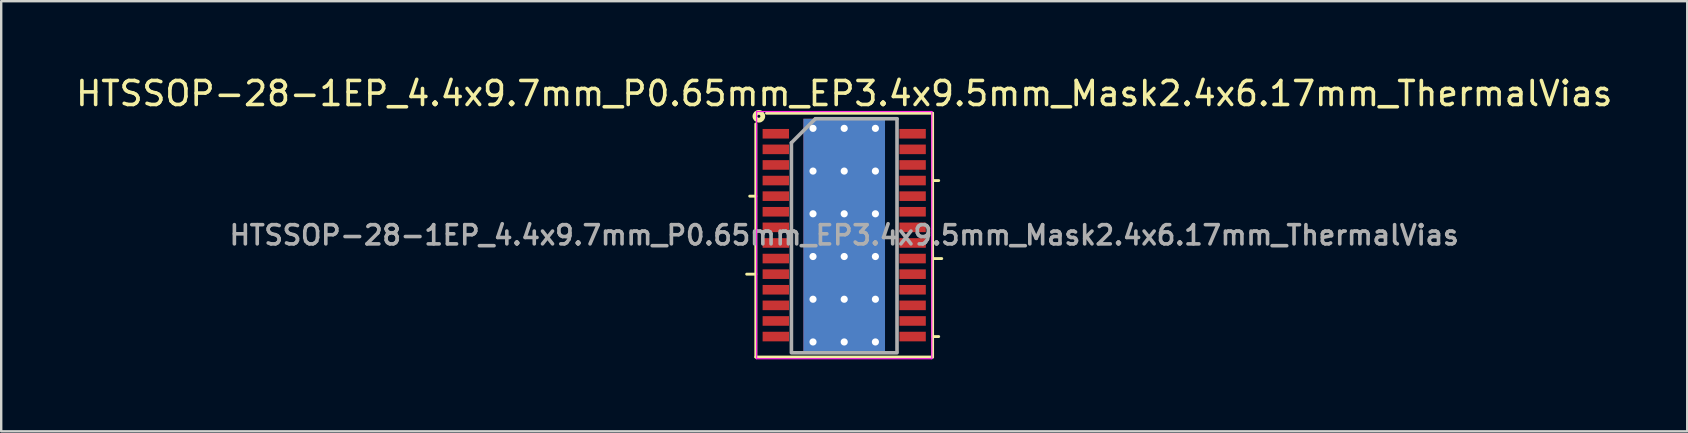
<source format=kicad_pcb>
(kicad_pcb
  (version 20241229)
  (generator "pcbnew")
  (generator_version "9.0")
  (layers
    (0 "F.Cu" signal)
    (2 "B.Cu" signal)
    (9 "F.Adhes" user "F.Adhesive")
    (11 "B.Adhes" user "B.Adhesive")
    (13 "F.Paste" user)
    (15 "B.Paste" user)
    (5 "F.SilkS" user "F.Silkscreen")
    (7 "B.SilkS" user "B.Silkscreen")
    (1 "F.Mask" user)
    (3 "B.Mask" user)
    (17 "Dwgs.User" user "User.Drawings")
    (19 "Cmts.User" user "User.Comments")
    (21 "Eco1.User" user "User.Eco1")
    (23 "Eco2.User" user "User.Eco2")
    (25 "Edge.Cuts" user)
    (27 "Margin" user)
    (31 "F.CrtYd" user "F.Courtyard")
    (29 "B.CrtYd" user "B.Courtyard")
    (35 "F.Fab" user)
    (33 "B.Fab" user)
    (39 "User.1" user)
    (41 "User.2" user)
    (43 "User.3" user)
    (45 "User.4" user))
  (footprint "HTSSOP-28-1EP_4.4x9.7mm_P0.65mm_EP3.4x9.5mm_Mask2.4x6.17mm_ThermalVias"
    (layer "F.Cu")
    (at 32.125 6.748)
    (property "Reference" "HTSSOP-28-1EP_4.4x9.7mm_P0.65mm_EP3.4x9.5mm_Mask2.4x6.17mm_ThermalVias" (at 0 -5.9 0) (layer "F.SilkS") (effects (font (size 1 1) (thickness 0.15))))
    (attr smd)
    (fp_line (start -3.683 -1.625) (end -3.937 -1.625) (stroke (width 0.12) (type solid)) (layer "F.SilkS"))
    (fp_line (start -3.683 1.625) (end -4.064 1.625) (stroke (width 0.12) (type solid)) (layer "F.SilkS"))
    (fp_line (start -3.683 5.08) (end -3.683 -4.636) (stroke (width 0.12) (type solid)) (layer "F.SilkS"))
    (fp_line (start -3.239 -5.08) (end 3.683 -5.08) (stroke (width 0.12) (type solid)) (layer "F.SilkS"))
    (fp_line (start 3.683 -5.08) (end 3.683 5.08) (stroke (width 0.12) (type solid)) (layer "F.SilkS"))
    (fp_line (start 3.683 -2.275) (end 3.937 -2.275) (stroke (width 0.12) (type solid)) (layer "F.SilkS"))
    (fp_line (start 3.683 0.975) (end 4.064 0.975) (stroke (width 0.12) (type solid)) (layer "F.SilkS"))
    (fp_line (start 3.683 4.225) (end 3.937 4.225) (stroke (width 0.12) (type solid)) (layer "F.SilkS"))
    (fp_line (start 3.683 5.08) (end -3.683 5.08) (stroke (width 0.12) (type solid)) (layer "F.SilkS"))
    (fp_circle (center -3.556 -4.953) (end -3.493 -4.953) (stroke (width 0.2) (type solid)) (fill no) (layer "F.SilkS"))
    (fp_line (start -3.65 -5.15) (end -3.65 5.15) (stroke (width 0.05) (type solid)) (layer "F.CrtYd"))
    (fp_line (start -3.65 -5.15) (end 3.65 -5.15) (stroke (width 0.05) (type solid)) (layer "F.CrtYd"))
    (fp_line (start -3.65 5.15) (end 3.65 5.15) (stroke (width 0.05) (type solid)) (layer "F.CrtYd"))
    (fp_line (start 3.65 -5.15) (end 3.65 5.15) (stroke (width 0.05) (type solid)) (layer "F.CrtYd"))
    (fp_line (start -2.2 -3.85) (end -1.2 -4.85) (stroke (width 0.15) (type solid)) (layer "F.Fab"))
    (fp_line (start -2.2 4.85) (end -2.2 -3.85) (stroke (width 0.15) (type solid)) (layer "F.Fab"))
    (fp_line (start -1.2 -4.85) (end 2.2 -4.85) (stroke (width 0.15) (type solid)) (layer "F.Fab"))
    (fp_line (start 2.2 -4.85) (end 2.2 4.85) (stroke (width 0.15) (type solid)) (layer "F.Fab"))
    (fp_line (start 2.2 4.901) (end -2.2 4.901) (stroke (width 0.15) (type solid)) (layer "F.Fab"))
    (fp_text user "${REFERENCE}" (at 0 0 0) (layer "F.Fab") (effects (font (size 0.8 0.8) (thickness 0.15))))
    (pad "" smd rect (at -0.6 -1.78) (size 0.9 1.4) (layers "F.Paste"))
    (pad "" smd rect (at -0.6 0) (size 0.9 1.4) (layers "F.Paste"))
    (pad "" smd rect (at -0.6 1.78) (size 0.9 1.4) (layers "F.Paste"))
    (pad "" smd rect (at 0 0) (size 2.4 6.17) (layers "F.Mask"))
    (pad "" smd rect (at 0.6 -1.78) (size 0.9 1.4) (layers "F.Paste"))
    (pad "" smd rect (at 0.6 0) (size 0.9 1.4) (layers "F.Paste"))
    (pad "" smd rect (at 0.6 1.78) (size 0.9 1.4) (layers "F.Paste"))
    (pad "1" smd rect (at -2.85 -4.225) (size 1.1 0.4) (layers "F.Cu" "F.Mask" "F.Paste"))
    (pad "2" smd rect (at -2.85 -3.575) (size 1.1 0.4) (layers "F.Cu" "F.Mask" "F.Paste"))
    (pad "3" smd rect (at -2.85 -2.925) (size 1.1 0.4) (layers "F.Cu" "F.Mask" "F.Paste"))
    (pad "4" smd rect (at -2.85 -2.275) (size 1.1 0.4) (layers "F.Cu" "F.Mask" "F.Paste"))
    (pad "5" smd rect (at -2.85 -1.625) (size 1.1 0.4) (layers "F.Cu" "F.Mask" "F.Paste"))
    (pad "6" smd rect (at -2.85 -0.975) (size 1.1 0.4) (layers "F.Cu" "F.Mask" "F.Paste"))
    (pad "7" smd rect (at -2.85 -0.325) (size 1.1 0.4) (layers "F.Cu" "F.Mask" "F.Paste"))
    (pad "8" smd rect (at -2.85 0.325) (size 1.1 0.4) (layers "F.Cu" "F.Mask" "F.Paste"))
    (pad "9" smd rect (at -2.85 0.975) (size 1.1 0.4) (layers "F.Cu" "F.Mask" "F.Paste"))
    (pad "10" smd rect (at -2.85 1.625) (size 1.1 0.4) (layers "F.Cu" "F.Mask" "F.Paste"))
    (pad "11" smd rect (at -2.85 2.275) (size 1.1 0.4) (layers "F.Cu" "F.Mask" "F.Paste"))
    (pad "12" smd rect (at -2.85 2.925) (size 1.1 0.4) (layers "F.Cu" "F.Mask" "F.Paste"))
    (pad "13" smd rect (at -2.85 3.575) (size 1.1 0.4) (layers "F.Cu" "F.Mask" "F.Paste"))
    (pad "14" smd rect (at -2.85 4.225) (size 1.1 0.4) (layers "F.Cu" "F.Mask" "F.Paste"))
    (pad "15" smd rect (at 2.85 4.225) (size 1.1 0.4) (layers "F.Cu" "F.Mask" "F.Paste"))
    (pad "16" smd rect (at 2.85 3.575) (size 1.1 0.4) (layers "F.Cu" "F.Mask" "F.Paste"))
    (pad "17" smd rect (at 2.85 2.925) (size 1.1 0.4) (layers "F.Cu" "F.Mask" "F.Paste"))
    (pad "18" smd rect (at 2.85 2.275) (size 1.1 0.4) (layers "F.Cu" "F.Mask" "F.Paste"))
    (pad "19" smd rect (at 2.85 1.625) (size 1.1 0.4) (layers "F.Cu" "F.Mask" "F.Paste"))
    (pad "20" smd rect (at 2.85 0.975) (size 1.1 0.4) (layers "F.Cu" "F.Mask" "F.Paste"))
    (pad "21" smd rect (at 2.85 0.325) (size 1.1 0.4) (layers "F.Cu" "F.Mask" "F.Paste"))
    (pad "22" smd rect (at 2.85 -0.325) (size 1.1 0.4) (layers "F.Cu" "F.Mask" "F.Paste"))
    (pad "23" smd rect (at 2.85 -0.975) (size 1.1 0.4) (layers "F.Cu" "F.Mask" "F.Paste"))
    (pad "24" smd rect (at 2.85 -1.625) (size 1.1 0.4) (layers "F.Cu" "F.Mask" "F.Paste"))
    (pad "25" smd rect (at 2.85 -2.275) (size 1.1 0.4) (layers "F.Cu" "F.Mask" "F.Paste"))
    (pad "26" smd rect (at 2.85 -2.925) (size 1.1 0.4) (layers "F.Cu" "F.Mask" "F.Paste"))
    (pad "27" smd rect (at 2.85 -3.575) (size 1.1 0.4) (layers "F.Cu" "F.Mask" "F.Paste"))
    (pad "28" smd rect (at 2.85 -4.225) (size 1.1 0.4) (layers "F.Cu" "F.Mask" "F.Paste"))
    (pad "29" thru_hole circle (at -1.3 -4.45) (size 0.6 0.6) (drill 0.3) (layers "*.Cu"))
    (pad "29" thru_hole circle (at -1.3 -2.67) (size 0.6 0.6) (drill 0.3) (layers "*.Cu"))
    (pad "29" thru_hole circle (at -1.3 -0.89) (size 0.6 0.6) (drill 0.3) (layers "*.Cu"))
    (pad "29" thru_hole circle (at -1.3 0.89) (size 0.6 0.6) (drill 0.3) (layers "*.Cu"))
    (pad "29" thru_hole circle (at -1.3 2.67) (size 0.6 0.6) (drill 0.3) (layers "*.Cu"))
    (pad "29" thru_hole circle (at -1.3 4.45) (size 0.6 0.6) (drill 0.3) (layers "*.Cu"))
    (pad "29" thru_hole circle (at 0 -4.45) (size 0.6 0.6) (drill 0.3) (layers "*.Cu"))
    (pad "29" thru_hole circle (at 0 -2.67) (size 0.6 0.6) (drill 0.3) (layers "*.Cu"))
    (pad "29" thru_hole circle (at 0 -0.89) (size 0.6 0.6) (drill 0.3) (layers "*.Cu"))
    (pad "29" smd rect (at 0 0) (size 3.4 9.7) (layers "F.Cu"))
    (pad "29" smd rect (at 0 0) (size 3.4 9.7) (layers "B.Cu" "B.Mask"))
    (pad "29" thru_hole circle (at 0 0.89) (size 0.6 0.6) (drill 0.3) (layers "*.Cu"))
    (pad "29" thru_hole circle (at 0 2.67) (size 0.6 0.6) (drill 0.3) (layers "*.Cu"))
    (pad "29" thru_hole circle (at 0 4.45) (size 0.6 0.6) (drill 0.3) (layers "*.Cu"))
    (pad "29" thru_hole circle (at 1.3 -4.45) (size 0.6 0.6) (drill 0.3) (layers "*.Cu"))
    (pad "29" thru_hole circle (at 1.3 -2.67) (size 0.6 0.6) (drill 0.3) (layers "*.Cu"))
    (pad "29" thru_hole circle (at 1.3 -0.89) (size 0.6 0.6) (drill 0.3) (layers "*.Cu"))
    (pad "29" thru_hole circle (at 1.3 0.89) (size 0.6 0.6) (drill 0.3) (layers "*.Cu"))
    (pad "29" thru_hole circle (at 1.3 2.67) (size 0.6 0.6) (drill 0.3) (layers "*.Cu"))
    (pad "29" thru_hole circle (at 1.3 4.45) (size 0.6 0.6) (drill 0.3) (layers "*.Cu")))
  (gr_rect
    (start -3 -3)
    (end 67.25 14.923)
    (stroke (width 0.1) (type default))
    (fill no)
    (layer "Edge.Cuts")))
</source>
